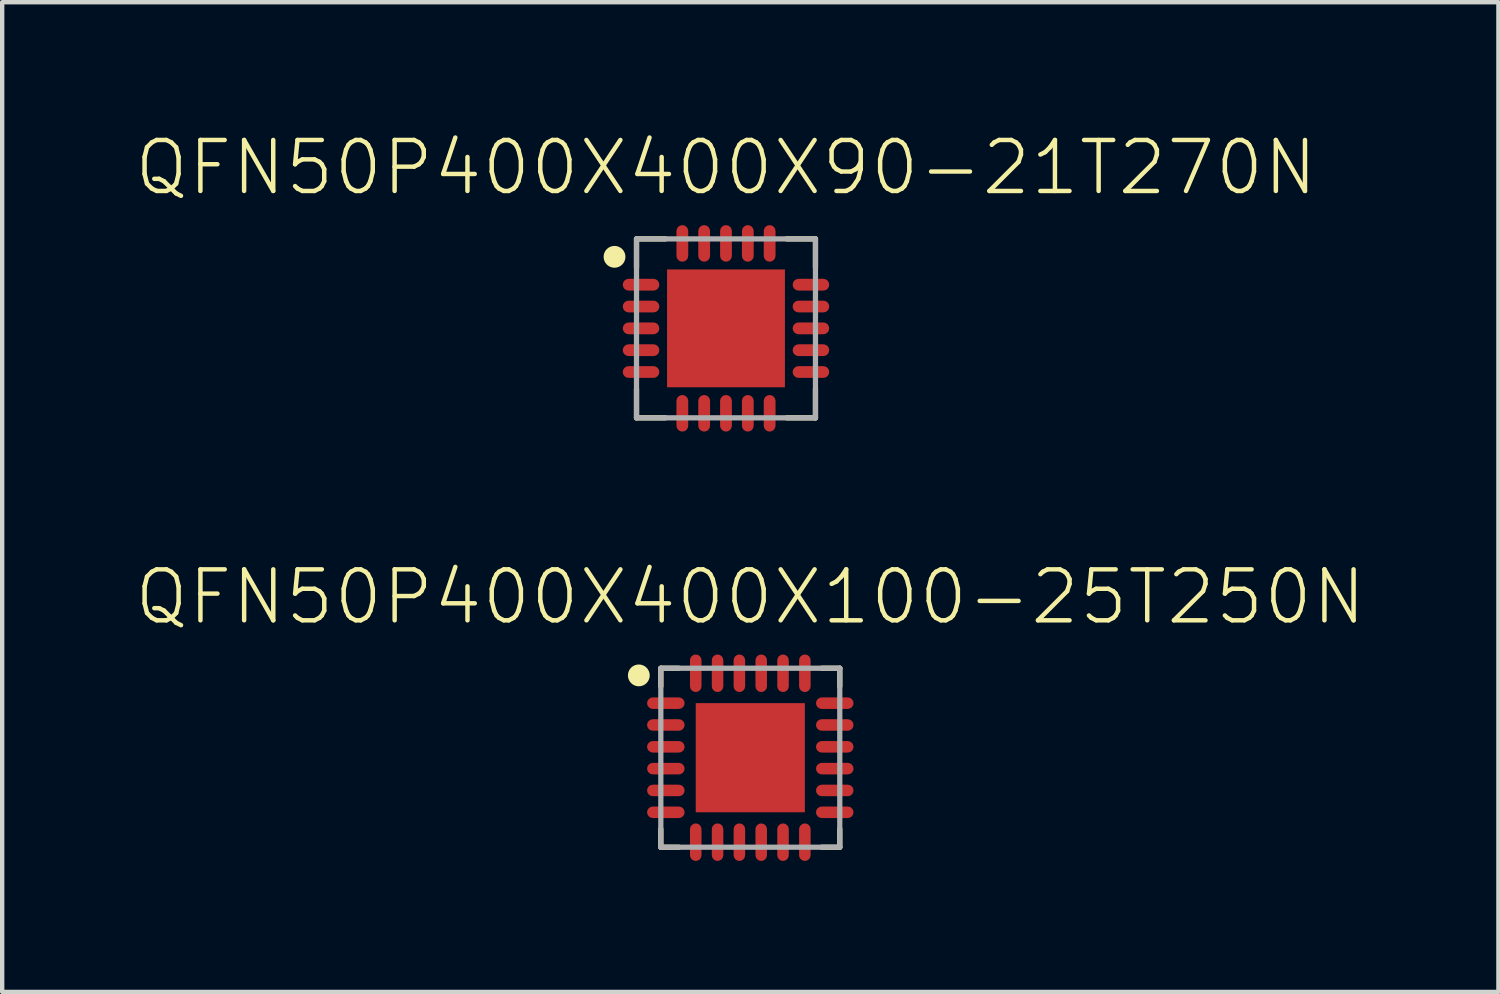
<source format=kicad_pcb>
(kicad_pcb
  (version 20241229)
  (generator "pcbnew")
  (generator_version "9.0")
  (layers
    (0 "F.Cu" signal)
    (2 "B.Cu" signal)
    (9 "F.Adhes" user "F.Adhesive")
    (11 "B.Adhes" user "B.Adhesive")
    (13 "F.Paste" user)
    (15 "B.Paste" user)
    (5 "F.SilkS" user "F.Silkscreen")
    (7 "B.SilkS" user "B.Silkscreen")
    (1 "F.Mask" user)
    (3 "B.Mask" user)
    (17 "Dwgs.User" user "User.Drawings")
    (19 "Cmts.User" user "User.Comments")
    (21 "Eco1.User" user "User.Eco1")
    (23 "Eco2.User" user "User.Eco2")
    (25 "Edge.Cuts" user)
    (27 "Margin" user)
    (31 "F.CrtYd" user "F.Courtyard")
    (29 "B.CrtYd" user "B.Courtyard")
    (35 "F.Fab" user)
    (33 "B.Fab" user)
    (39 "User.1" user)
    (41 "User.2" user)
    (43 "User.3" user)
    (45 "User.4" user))
  (footprint "QFN50P400X400X90-21T270N"
    (layer "F.Cu")
    (at 13.583 4.473)
    (property "Reference" "QFN50P400X400X90-21T270N" (at 0 -3 0) (unlocked yes) (layer "F.SilkS") (effects (font (size 1.168 1.168) (thickness 0.102)) (justify bottom)))
    (fp_line (start -2.05 -2.05) (end -1.389 -2.05) (stroke (width 0.12) (type solid)) (layer "F.SilkS"))
    (fp_line (start -2.05 -1.389) (end -2.05 -2.05) (stroke (width 0.12) (type solid)) (layer "F.SilkS"))
    (fp_line (start -2.05 1.389) (end -2.05 2.05) (stroke (width 0.12) (type solid)) (layer "F.SilkS"))
    (fp_line (start -2.05 2.05) (end -1.389 2.05) (stroke (width 0.12) (type solid)) (layer "F.SilkS"))
    (fp_line (start 2.05 -2.05) (end 1.389 -2.05) (stroke (width 0.12) (type solid)) (layer "F.SilkS"))
    (fp_line (start 2.05 -1.389) (end 2.05 -2.05) (stroke (width 0.12) (type solid)) (layer "F.SilkS"))
    (fp_line (start 2.05 1.389) (end 2.05 2.05) (stroke (width 0.12) (type solid)) (layer "F.SilkS"))
    (fp_line (start 2.05 2.05) (end 1.389 2.05) (stroke (width 0.12) (type solid)) (layer "F.SilkS"))
    (fp_circle (center -2.554 -1.639) (end -2.429 -1.639) (stroke (width 0.25) (type solid)) (fill yes) (layer "F.SilkS"))
    (fp_line (start -2.05 -2.05) (end 2.05 -2.05) (stroke (width 0.12) (type solid)) (layer "F.Fab"))
    (fp_line (start -2.05 2.05) (end -2.05 -2.05) (stroke (width 0.12) (type solid)) (layer "F.Fab"))
    (fp_line (start 2.05 -2.05) (end 2.05 2.05) (stroke (width 0.12) (type solid)) (layer "F.Fab"))
    (fp_line (start 2.05 2.05) (end -2.05 2.05) (stroke (width 0.12) (type solid)) (layer "F.Fab"))
    (pad "1" smd roundrect (at -1.946 -1) (size 0.838 0.27) (layers "F.Cu" "F.Mask" "F.Paste") (roundrect_rratio 0.5))
    (pad "2" smd roundrect (at -1.946 -0.5) (size 0.838 0.27) (layers "F.Cu" "F.Mask" "F.Paste") (roundrect_rratio 0.5))
    (pad "3" smd roundrect (at -1.946 0) (size 0.838 0.27) (layers "F.Cu" "F.Mask" "F.Paste") (roundrect_rratio 0.5))
    (pad "4" smd roundrect (at -1.946 0.5) (size 0.838 0.27) (layers "F.Cu" "F.Mask" "F.Paste") (roundrect_rratio 0.5))
    (pad "5" smd roundrect (at -1.946 1) (size 0.838 0.27) (layers "F.Cu" "F.Mask" "F.Paste") (roundrect_rratio 0.5))
    (pad "6" smd roundrect (at -1 1.946 90) (size 0.838 0.27) (layers "F.Cu" "F.Mask" "F.Paste") (roundrect_rratio 0.5))
    (pad "7" smd roundrect (at -0.5 1.946 90) (size 0.838 0.27) (layers "F.Cu" "F.Mask" "F.Paste") (roundrect_rratio 0.5))
    (pad "8" smd roundrect (at 0 1.946 90) (size 0.838 0.27) (layers "F.Cu" "F.Mask" "F.Paste") (roundrect_rratio 0.5))
    (pad "9" smd roundrect (at 0.5 1.946 90) (size 0.838 0.27) (layers "F.Cu" "F.Mask" "F.Paste") (roundrect_rratio 0.5))
    (pad "10" smd roundrect (at 1 1.946 90) (size 0.838 0.27) (layers "F.Cu" "F.Mask" "F.Paste") (roundrect_rratio 0.5))
    (pad "11" smd roundrect (at 1.946 1) (size 0.838 0.27) (layers "F.Cu" "F.Mask" "F.Paste") (roundrect_rratio 0.5))
    (pad "12" smd roundrect (at 1.946 0.5) (size 0.838 0.27) (layers "F.Cu" "F.Mask" "F.Paste") (roundrect_rratio 0.5))
    (pad "13" smd roundrect (at 1.946 0) (size 0.838 0.27) (layers "F.Cu" "F.Mask" "F.Paste") (roundrect_rratio 0.5))
    (pad "14" smd roundrect (at 1.946 -0.5) (size 0.838 0.27) (layers "F.Cu" "F.Mask" "F.Paste") (roundrect_rratio 0.5))
    (pad "15" smd roundrect (at 1.946 -1) (size 0.838 0.27) (layers "F.Cu" "F.Mask" "F.Paste") (roundrect_rratio 0.5))
    (pad "16" smd roundrect (at 1 -1.946 90) (size 0.838 0.27) (layers "F.Cu" "F.Mask" "F.Paste") (roundrect_rratio 0.5))
    (pad "17" smd roundrect (at 0.5 -1.946 90) (size 0.838 0.27) (layers "F.Cu" "F.Mask" "F.Paste") (roundrect_rratio 0.5))
    (pad "18" smd roundrect (at 0 -1.946 90) (size 0.838 0.27) (layers "F.Cu" "F.Mask" "F.Paste") (roundrect_rratio 0.5))
    (pad "19" smd roundrect (at -0.5 -1.946 90) (size 0.838 0.27) (layers "F.Cu" "F.Mask" "F.Paste") (roundrect_rratio 0.5))
    (pad "20" smd roundrect (at -1 -1.946 90) (size 0.838 0.27) (layers "F.Cu" "F.Mask" "F.Paste") (roundrect_rratio 0.5))
    (pad "21" smd rect (at 0 0) (size 2.7 2.7) (layers "F.Cu" "F.Mask" "F.Paste")))
  (footprint "QFN50P400X400X100-25T250N"
    (layer "F.Cu")
    (at 14.14 14.31)
    (property "Reference" "QFN50P400X400X100-25T250N" (at 0 -3 0) (unlocked yes) (layer "F.SilkS") (effects (font (size 1.168 1.168) (thickness 0.102)) (justify bottom)))
    (fp_line (start -2.05 -2.05) (end -1.636 -2.05) (stroke (width 0.12) (type solid)) (layer "F.SilkS"))
    (fp_line (start -2.05 -1.636) (end -2.05 -2.05) (stroke (width 0.12) (type solid)) (layer "F.SilkS"))
    (fp_line (start -2.05 1.636) (end -2.05 2.05) (stroke (width 0.12) (type solid)) (layer "F.SilkS"))
    (fp_line (start -2.05 2.05) (end -1.636 2.05) (stroke (width 0.12) (type solid)) (layer "F.SilkS"))
    (fp_line (start 2.05 -2.05) (end 1.636 -2.05) (stroke (width 0.12) (type solid)) (layer "F.SilkS"))
    (fp_line (start 2.05 -1.636) (end 2.05 -2.05) (stroke (width 0.12) (type solid)) (layer "F.SilkS"))
    (fp_line (start 2.05 1.636) (end 2.05 2.05) (stroke (width 0.12) (type solid)) (layer "F.SilkS"))
    (fp_line (start 2.05 2.05) (end 1.636 2.05) (stroke (width 0.12) (type solid)) (layer "F.SilkS"))
    (fp_circle (center -2.554 -1.886) (end -2.429 -1.886) (stroke (width 0.25) (type solid)) (fill yes) (layer "F.SilkS"))
    (fp_line (start -2.05 -2.05) (end 2.05 -2.05) (stroke (width 0.12) (type solid)) (layer "F.Fab"))
    (fp_line (start -2.05 2.05) (end -2.05 -2.05) (stroke (width 0.12) (type solid)) (layer "F.Fab"))
    (fp_line (start 2.05 -2.05) (end 2.05 2.05) (stroke (width 0.12) (type solid)) (layer "F.Fab"))
    (fp_line (start 2.05 2.05) (end -2.05 2.05) (stroke (width 0.12) (type solid)) (layer "F.Fab"))
    (pad "1" smd roundrect (at -1.935 -1.25) (size 0.86 0.264) (layers "F.Cu" "F.Mask" "F.Paste") (roundrect_rratio 0.5))
    (pad "2" smd roundrect (at -1.935 -0.75) (size 0.86 0.264) (layers "F.Cu" "F.Mask" "F.Paste") (roundrect_rratio 0.5))
    (pad "3" smd roundrect (at -1.935 -0.25) (size 0.86 0.264) (layers "F.Cu" "F.Mask" "F.Paste") (roundrect_rratio 0.5))
    (pad "4" smd roundrect (at -1.935 0.25) (size 0.86 0.264) (layers "F.Cu" "F.Mask" "F.Paste") (roundrect_rratio 0.5))
    (pad "5" smd roundrect (at -1.935 0.75) (size 0.86 0.264) (layers "F.Cu" "F.Mask" "F.Paste") (roundrect_rratio 0.5))
    (pad "6" smd roundrect (at -1.935 1.25) (size 0.86 0.264) (layers "F.Cu" "F.Mask" "F.Paste") (roundrect_rratio 0.5))
    (pad "7" smd roundrect (at -1.25 1.935 90) (size 0.86 0.264) (layers "F.Cu" "F.Mask" "F.Paste") (roundrect_rratio 0.5))
    (pad "8" smd roundrect (at -0.75 1.935 90) (size 0.86 0.264) (layers "F.Cu" "F.Mask" "F.Paste") (roundrect_rratio 0.5))
    (pad "9" smd roundrect (at -0.25 1.935 90) (size 0.86 0.264) (layers "F.Cu" "F.Mask" "F.Paste") (roundrect_rratio 0.5))
    (pad "10" smd roundrect (at 0.25 1.935 90) (size 0.86 0.264) (layers "F.Cu" "F.Mask" "F.Paste") (roundrect_rratio 0.5))
    (pad "11" smd roundrect (at 0.75 1.935 90) (size 0.86 0.264) (layers "F.Cu" "F.Mask" "F.Paste") (roundrect_rratio 0.5))
    (pad "12" smd roundrect (at 1.25 1.935 90) (size 0.86 0.264) (layers "F.Cu" "F.Mask" "F.Paste") (roundrect_rratio 0.5))
    (pad "13" smd roundrect (at 1.935 1.25) (size 0.86 0.264) (layers "F.Cu" "F.Mask" "F.Paste") (roundrect_rratio 0.5))
    (pad "14" smd roundrect (at 1.935 0.75) (size 0.86 0.264) (layers "F.Cu" "F.Mask" "F.Paste") (roundrect_rratio 0.5))
    (pad "15" smd roundrect (at 1.935 0.25) (size 0.86 0.264) (layers "F.Cu" "F.Mask" "F.Paste") (roundrect_rratio 0.5))
    (pad "16" smd roundrect (at 1.935 -0.25) (size 0.86 0.264) (layers "F.Cu" "F.Mask" "F.Paste") (roundrect_rratio 0.5))
    (pad "17" smd roundrect (at 1.935 -0.75) (size 0.86 0.264) (layers "F.Cu" "F.Mask" "F.Paste") (roundrect_rratio 0.5))
    (pad "18" smd roundrect (at 1.935 -1.25) (size 0.86 0.264) (layers "F.Cu" "F.Mask" "F.Paste") (roundrect_rratio 0.5))
    (pad "19" smd roundrect (at 1.25 -1.935 90) (size 0.86 0.264) (layers "F.Cu" "F.Mask" "F.Paste") (roundrect_rratio 0.5))
    (pad "20" smd roundrect (at 0.75 -1.935 90) (size 0.86 0.264) (layers "F.Cu" "F.Mask" "F.Paste") (roundrect_rratio 0.5))
    (pad "21" smd roundrect (at 0.25 -1.935 90) (size 0.86 0.264) (layers "F.Cu" "F.Mask" "F.Paste") (roundrect_rratio 0.5))
    (pad "22" smd roundrect (at -0.25 -1.935 90) (size 0.86 0.264) (layers "F.Cu" "F.Mask" "F.Paste") (roundrect_rratio 0.5))
    (pad "23" smd roundrect (at -0.75 -1.935 90) (size 0.86 0.264) (layers "F.Cu" "F.Mask" "F.Paste") (roundrect_rratio 0.5))
    (pad "24" smd roundrect (at -1.25 -1.935 90) (size 0.86 0.264) (layers "F.Cu" "F.Mask" "F.Paste") (roundrect_rratio 0.5))
    (pad "25" smd rect (at 0 0) (size 2.5 2.5) (layers "F.Cu" "F.Mask" "F.Paste")))
  (gr_rect
    (start -3 -3)
    (end 31.28 19.675)
    (stroke (width 0.1) (type default))
    (fill no)
    (layer "Edge.Cuts")))
</source>
